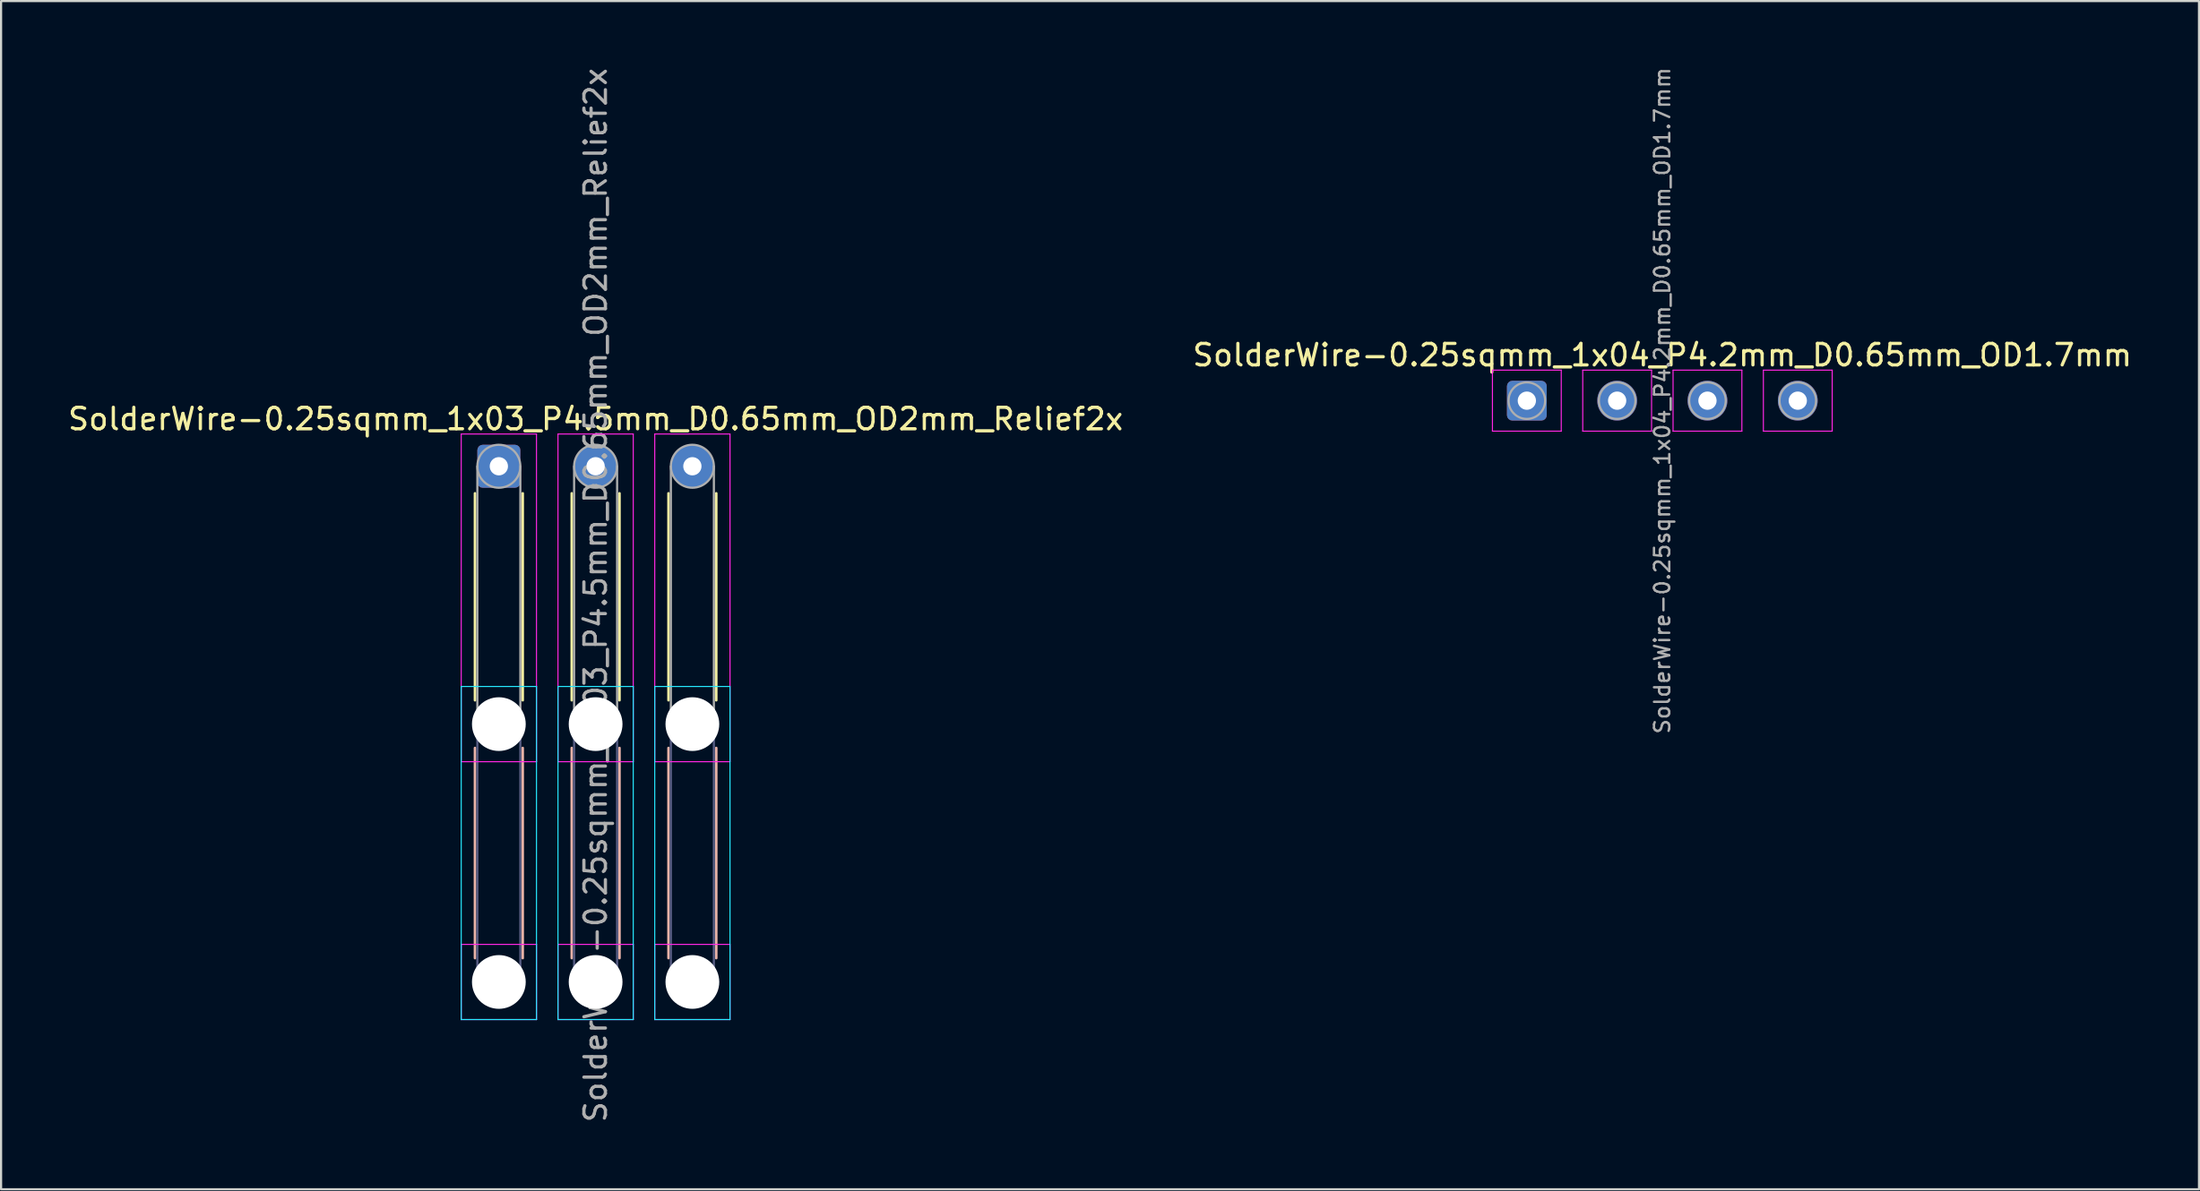
<source format=kicad_pcb>
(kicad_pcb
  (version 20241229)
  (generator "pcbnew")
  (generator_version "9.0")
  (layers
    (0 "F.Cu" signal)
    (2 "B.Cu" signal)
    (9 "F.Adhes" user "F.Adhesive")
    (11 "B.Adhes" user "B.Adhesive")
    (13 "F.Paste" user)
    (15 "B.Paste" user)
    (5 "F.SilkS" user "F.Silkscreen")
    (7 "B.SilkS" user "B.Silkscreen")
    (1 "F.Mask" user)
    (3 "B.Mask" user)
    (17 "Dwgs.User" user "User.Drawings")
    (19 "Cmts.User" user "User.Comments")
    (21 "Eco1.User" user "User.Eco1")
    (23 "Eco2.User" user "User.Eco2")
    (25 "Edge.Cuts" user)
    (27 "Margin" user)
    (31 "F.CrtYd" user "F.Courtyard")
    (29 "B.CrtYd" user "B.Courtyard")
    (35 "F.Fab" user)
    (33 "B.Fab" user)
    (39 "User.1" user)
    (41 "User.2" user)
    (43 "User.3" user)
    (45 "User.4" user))
  (footprint "SolderWire-0.25sqmm_1x04_P4.2mm_D0.65mm_OD1.7mm"
    (layer "F.Cu")
    (at 67.956 15.596)
    (property "Reference" "SolderWire-0.25sqmm_1x04_P4.2mm_D0.65mm_OD1.7mm" (at 6.3 -2.12 0) (layer "F.SilkS") (effects (font (size 1 1) (thickness 0.15))))
    (attr exclude_from_pos_files exclude_from_bom)
    (fp_line (start -1.6 -1.42) (end -1.6 1.42) (stroke (width 0.05) (type solid)) (layer "F.CrtYd"))
    (fp_line (start -1.6 1.42) (end 1.6 1.42) (stroke (width 0.05) (type solid)) (layer "F.CrtYd"))
    (fp_line (start 1.6 -1.42) (end -1.6 -1.42) (stroke (width 0.05) (type solid)) (layer "F.CrtYd"))
    (fp_line (start 1.6 1.42) (end 1.6 -1.42) (stroke (width 0.05) (type solid)) (layer "F.CrtYd"))
    (fp_line (start 2.6 -1.42) (end 2.6 1.42) (stroke (width 0.05) (type solid)) (layer "F.CrtYd"))
    (fp_line (start 2.6 1.42) (end 5.8 1.42) (stroke (width 0.05) (type solid)) (layer "F.CrtYd"))
    (fp_line (start 5.8 -1.42) (end 2.6 -1.42) (stroke (width 0.05) (type solid)) (layer "F.CrtYd"))
    (fp_line (start 5.8 1.42) (end 5.8 -1.42) (stroke (width 0.05) (type solid)) (layer "F.CrtYd"))
    (fp_line (start 6.8 -1.42) (end 6.8 1.42) (stroke (width 0.05) (type solid)) (layer "F.CrtYd"))
    (fp_line (start 6.8 1.42) (end 10 1.42) (stroke (width 0.05) (type solid)) (layer "F.CrtYd"))
    (fp_line (start 10 -1.42) (end 6.8 -1.42) (stroke (width 0.05) (type solid)) (layer "F.CrtYd"))
    (fp_line (start 10 1.42) (end 10 -1.42) (stroke (width 0.05) (type solid)) (layer "F.CrtYd"))
    (fp_line (start 11 -1.42) (end 11 1.42) (stroke (width 0.05) (type solid)) (layer "F.CrtYd"))
    (fp_line (start 11 1.42) (end 14.2 1.42) (stroke (width 0.05) (type solid)) (layer "F.CrtYd"))
    (fp_line (start 14.2 -1.42) (end 11 -1.42) (stroke (width 0.05) (type solid)) (layer "F.CrtYd"))
    (fp_line (start 14.2 1.42) (end 14.2 -1.42) (stroke (width 0.05) (type solid)) (layer "F.CrtYd"))
    (fp_circle (center 0 0) (end 0.85 0) (stroke (width 0.1) (type solid)) (fill no) (layer "F.Fab"))
    (fp_circle (center 4.2 0) (end 5.05 0) (stroke (width 0.1) (type solid)) (fill no) (layer "F.Fab"))
    (fp_circle (center 8.4 0) (end 9.25 0) (stroke (width 0.1) (type solid)) (fill no) (layer "F.Fab"))
    (fp_circle (center 12.6 0) (end 13.45 0) (stroke (width 0.1) (type solid)) (fill no) (layer "F.Fab"))
    (fp_text user "${REFERENCE}" (at 6.3 0 90) (layer "F.Fab") (effects (font (size 0.71 0.71) (thickness 0.11))))
    (pad "1" thru_hole roundrect (at 0 0) (size 1.85 1.85) (drill 0.85) (layers "*.Cu" "*.Mask") (roundrect_rratio 0.135))
    (pad "2" thru_hole circle (at 4.2 0) (size 1.85 1.85) (drill 0.85) (layers "*.Cu" "*.Mask"))
    (pad "3" thru_hole circle (at 8.4 0) (size 1.85 1.85) (drill 0.85) (layers "*.Cu" "*.Mask"))
    (pad "4" thru_hole circle (at 12.6 0) (size 1.85 1.85) (drill 0.85) (layers "*.Cu" "*.Mask")))
  (footprint "SolderWire-0.25sqmm_1x03_P4.5mm_D0.65mm_OD2mm_Relief2x"
    (layer "F.Cu")
    (at 20.149 18.649)
    (property "Reference" "SolderWire-0.25sqmm_1x03_P4.5mm_D0.65mm_OD2mm_Relief2x" (at 4.5 -2.2 0) (layer "F.SilkS") (effects (font (size 1 1) (thickness 0.15))))
    (attr exclude_from_pos_files exclude_from_bom)
    (fp_line (start -1.11 1.26) (end -1.11 10.89) (stroke (width 0.12) (type solid)) (layer "F.SilkS"))
    (fp_line (start 1.11 1.26) (end 1.11 10.89) (stroke (width 0.12) (type solid)) (layer "F.SilkS"))
    (fp_line (start 3.39 1.26) (end 3.39 10.89) (stroke (width 0.12) (type solid)) (layer "F.SilkS"))
    (fp_line (start 5.61 1.26) (end 5.61 10.89) (stroke (width 0.12) (type solid)) (layer "F.SilkS"))
    (fp_line (start 7.89 1.26) (end 7.89 10.89) (stroke (width 0.12) (type solid)) (layer "F.SilkS"))
    (fp_line (start 10.11 1.26) (end 10.11 10.89) (stroke (width 0.12) (type solid)) (layer "F.SilkS"))
    (fp_line (start -1.11 13.11) (end -1.11 22.89) (stroke (width 0.12) (type solid)) (layer "B.SilkS"))
    (fp_line (start 1.11 13.11) (end 1.11 22.89) (stroke (width 0.12) (type solid)) (layer "B.SilkS"))
    (fp_line (start 3.39 13.11) (end 3.39 22.89) (stroke (width 0.12) (type solid)) (layer "B.SilkS"))
    (fp_line (start 5.61 13.11) (end 5.61 22.89) (stroke (width 0.12) (type solid)) (layer "B.SilkS"))
    (fp_line (start 7.89 13.11) (end 7.89 22.89) (stroke (width 0.12) (type solid)) (layer "B.SilkS"))
    (fp_line (start 10.11 13.11) (end 10.11 22.89) (stroke (width 0.12) (type solid)) (layer "B.SilkS"))
    (fp_line (start -1.75 10.25) (end -1.75 25.75) (stroke (width 0.05) (type solid)) (layer "B.CrtYd"))
    (fp_line (start -1.75 25.75) (end 1.75 25.75) (stroke (width 0.05) (type solid)) (layer "B.CrtYd"))
    (fp_line (start 1.75 10.25) (end -1.75 10.25) (stroke (width 0.05) (type solid)) (layer "B.CrtYd"))
    (fp_line (start 1.75 25.75) (end 1.75 10.25) (stroke (width 0.05) (type solid)) (layer "B.CrtYd"))
    (fp_line (start 2.75 10.25) (end 2.75 25.75) (stroke (width 0.05) (type solid)) (layer "B.CrtYd"))
    (fp_line (start 2.75 25.75) (end 6.25 25.75) (stroke (width 0.05) (type solid)) (layer "B.CrtYd"))
    (fp_line (start 6.25 10.25) (end 2.75 10.25) (stroke (width 0.05) (type solid)) (layer "B.CrtYd"))
    (fp_line (start 6.25 25.75) (end 6.25 10.25) (stroke (width 0.05) (type solid)) (layer "B.CrtYd"))
    (fp_line (start 7.25 10.25) (end 7.25 25.75) (stroke (width 0.05) (type solid)) (layer "B.CrtYd"))
    (fp_line (start 7.25 25.75) (end 10.75 25.75) (stroke (width 0.05) (type solid)) (layer "B.CrtYd"))
    (fp_line (start 10.75 10.25) (end 7.25 10.25) (stroke (width 0.05) (type solid)) (layer "B.CrtYd"))
    (fp_line (start 10.75 25.75) (end 10.75 10.25) (stroke (width 0.05) (type solid)) (layer "B.CrtYd"))
    (fp_line (start -1.75 -1.5) (end -1.75 13.75) (stroke (width 0.05) (type solid)) (layer "F.CrtYd"))
    (fp_line (start -1.75 13.75) (end 1.75 13.75) (stroke (width 0.05) (type solid)) (layer "F.CrtYd"))
    (fp_line (start -1.75 22.25) (end -1.75 25.75) (stroke (width 0.05) (type solid)) (layer "F.CrtYd"))
    (fp_line (start -1.75 25.75) (end 1.75 25.75) (stroke (width 0.05) (type solid)) (layer "F.CrtYd"))
    (fp_line (start 1.75 -1.5) (end -1.75 -1.5) (stroke (width 0.05) (type solid)) (layer "F.CrtYd"))
    (fp_line (start 1.75 13.75) (end 1.75 -1.5) (stroke (width 0.05) (type solid)) (layer "F.CrtYd"))
    (fp_line (start 1.75 22.25) (end -1.75 22.25) (stroke (width 0.05) (type solid)) (layer "F.CrtYd"))
    (fp_line (start 1.75 25.75) (end 1.75 22.25) (stroke (width 0.05) (type solid)) (layer "F.CrtYd"))
    (fp_line (start 2.75 -1.5) (end 2.75 13.75) (stroke (width 0.05) (type solid)) (layer "F.CrtYd"))
    (fp_line (start 2.75 13.75) (end 6.25 13.75) (stroke (width 0.05) (type solid)) (layer "F.CrtYd"))
    (fp_line (start 2.75 22.25) (end 2.75 25.75) (stroke (width 0.05) (type solid)) (layer "F.CrtYd"))
    (fp_line (start 2.75 25.75) (end 6.25 25.75) (stroke (width 0.05) (type solid)) (layer "F.CrtYd"))
    (fp_line (start 6.25 -1.5) (end 2.75 -1.5) (stroke (width 0.05) (type solid)) (layer "F.CrtYd"))
    (fp_line (start 6.25 13.75) (end 6.25 -1.5) (stroke (width 0.05) (type solid)) (layer "F.CrtYd"))
    (fp_line (start 6.25 22.25) (end 2.75 22.25) (stroke (width 0.05) (type solid)) (layer "F.CrtYd"))
    (fp_line (start 6.25 25.75) (end 6.25 22.25) (stroke (width 0.05) (type solid)) (layer "F.CrtYd"))
    (fp_line (start 7.25 -1.5) (end 7.25 13.75) (stroke (width 0.05) (type solid)) (layer "F.CrtYd"))
    (fp_line (start 7.25 13.75) (end 10.75 13.75) (stroke (width 0.05) (type solid)) (layer "F.CrtYd"))
    (fp_line (start 7.25 22.25) (end 7.25 25.75) (stroke (width 0.05) (type solid)) (layer "F.CrtYd"))
    (fp_line (start 7.25 25.75) (end 10.75 25.75) (stroke (width 0.05) (type solid)) (layer "F.CrtYd"))
    (fp_line (start 10.75 -1.5) (end 7.25 -1.5) (stroke (width 0.05) (type solid)) (layer "F.CrtYd"))
    (fp_line (start 10.75 13.75) (end 10.75 -1.5) (stroke (width 0.05) (type solid)) (layer "F.CrtYd"))
    (fp_line (start 10.75 22.25) (end 7.25 22.25) (stroke (width 0.05) (type solid)) (layer "F.CrtYd"))
    (fp_line (start 10.75 25.75) (end 10.75 22.25) (stroke (width 0.05) (type solid)) (layer "F.CrtYd"))
    (fp_line (start -1 12) (end -1 24) (stroke (width 0.1) (type solid)) (layer "B.Fab"))
    (fp_line (start 1 12) (end 1 24) (stroke (width 0.1) (type solid)) (layer "B.Fab"))
    (fp_line (start 3.5 12) (end 3.5 24) (stroke (width 0.1) (type solid)) (layer "B.Fab"))
    (fp_line (start 5.5 12) (end 5.5 24) (stroke (width 0.1) (type solid)) (layer "B.Fab"))
    (fp_line (start 8 12) (end 8 24) (stroke (width 0.1) (type solid)) (layer "B.Fab"))
    (fp_line (start 10 12) (end 10 24) (stroke (width 0.1) (type solid)) (layer "B.Fab"))
    (fp_circle (center 0 12) (end 1 12) (stroke (width 0.1) (type solid)) (fill no) (layer "B.Fab"))
    (fp_circle (center 0 24) (end 1 24) (stroke (width 0.1) (type solid)) (fill no) (layer "B.Fab"))
    (fp_circle (center 4.5 12) (end 5.5 12) (stroke (width 0.1) (type solid)) (fill no) (layer "B.Fab"))
    (fp_circle (center 4.5 24) (end 5.5 24) (stroke (width 0.1) (type solid)) (fill no) (layer "B.Fab"))
    (fp_circle (center 9 12) (end 10 12) (stroke (width 0.1) (type solid)) (fill no) (layer "B.Fab"))
    (fp_circle (center 9 24) (end 10 24) (stroke (width 0.1) (type solid)) (fill no) (layer "B.Fab"))
    (fp_line (start -1 0) (end -1 12) (stroke (width 0.1) (type solid)) (layer "F.Fab"))
    (fp_line (start 1 0) (end 1 12) (stroke (width 0.1) (type solid)) (layer "F.Fab"))
    (fp_line (start 3.5 0) (end 3.5 12) (stroke (width 0.1) (type solid)) (layer "F.Fab"))
    (fp_line (start 5.5 0) (end 5.5 12) (stroke (width 0.1) (type solid)) (layer "F.Fab"))
    (fp_line (start 8 0) (end 8 12) (stroke (width 0.1) (type solid)) (layer "F.Fab"))
    (fp_line (start 10 0) (end 10 12) (stroke (width 0.1) (type solid)) (layer "F.Fab"))
    (fp_circle (center 0 0) (end 1 0) (stroke (width 0.1) (type solid)) (fill no) (layer "F.Fab"))
    (fp_circle (center 0 12) (end 1 12) (stroke (width 0.1) (type solid)) (fill no) (layer "F.Fab"))
    (fp_circle (center 0 24) (end 1 24) (stroke (width 0.1) (type solid)) (fill no) (layer "F.Fab"))
    (fp_circle (center 4.5 0) (end 5.5 0) (stroke (width 0.1) (type solid)) (fill no) (layer "F.Fab"))
    (fp_circle (center 4.5 12) (end 5.5 12) (stroke (width 0.1) (type solid)) (fill no) (layer "F.Fab"))
    (fp_circle (center 4.5 24) (end 5.5 24) (stroke (width 0.1) (type solid)) (fill no) (layer "F.Fab"))
    (fp_circle (center 9 0) (end 10 0) (stroke (width 0.1) (type solid)) (fill no) (layer "F.Fab"))
    (fp_circle (center 9 12) (end 10 12) (stroke (width 0.1) (type solid)) (fill no) (layer "F.Fab"))
    (fp_circle (center 9 24) (end 10 24) (stroke (width 0.1) (type solid)) (fill no) (layer "F.Fab"))
    (fp_text user "${REFERENCE}" (at 4.5 6 90) (layer "F.Fab") (effects (font (size 1 1) (thickness 0.15))))
    (pad "" np_thru_hole circle (at 0 12) (size 2.5 2.5) (drill 2.5) (layers "*.Cu" "*.Mask"))
    (pad "" np_thru_hole circle (at 0 24) (size 2.5 2.5) (drill 2.5) (layers "*.Cu" "*.Mask"))
    (pad "" np_thru_hole circle (at 4.5 12) (size 2.5 2.5) (drill 2.5) (layers "*.Cu" "*.Mask"))
    (pad "" np_thru_hole circle (at 4.5 24) (size 2.5 2.5) (drill 2.5) (layers "*.Cu" "*.Mask"))
    (pad "" np_thru_hole circle (at 9 12) (size 2.5 2.5) (drill 2.5) (layers "*.Cu" "*.Mask"))
    (pad "" np_thru_hole circle (at 9 24) (size 2.5 2.5) (drill 2.5) (layers "*.Cu" "*.Mask"))
    (pad "1" thru_hole roundrect (at 0 0) (size 2 2) (drill 0.85) (layers "*.Cu" "*.Mask") (roundrect_rratio 0.125))
    (pad "2" thru_hole circle (at 4.5 0) (size 2 2) (drill 0.85) (layers "*.Cu" "*.Mask"))
    (pad "3" thru_hole circle (at 9 0) (size 2 2) (drill 0.85) (layers "*.Cu" "*.Mask")))
  (gr_rect
    (start -3 -3)
    (end 99.214 52.298)
    (stroke (width 0.1) (type default))
    (fill no)
    (layer "Edge.Cuts")))
</source>
